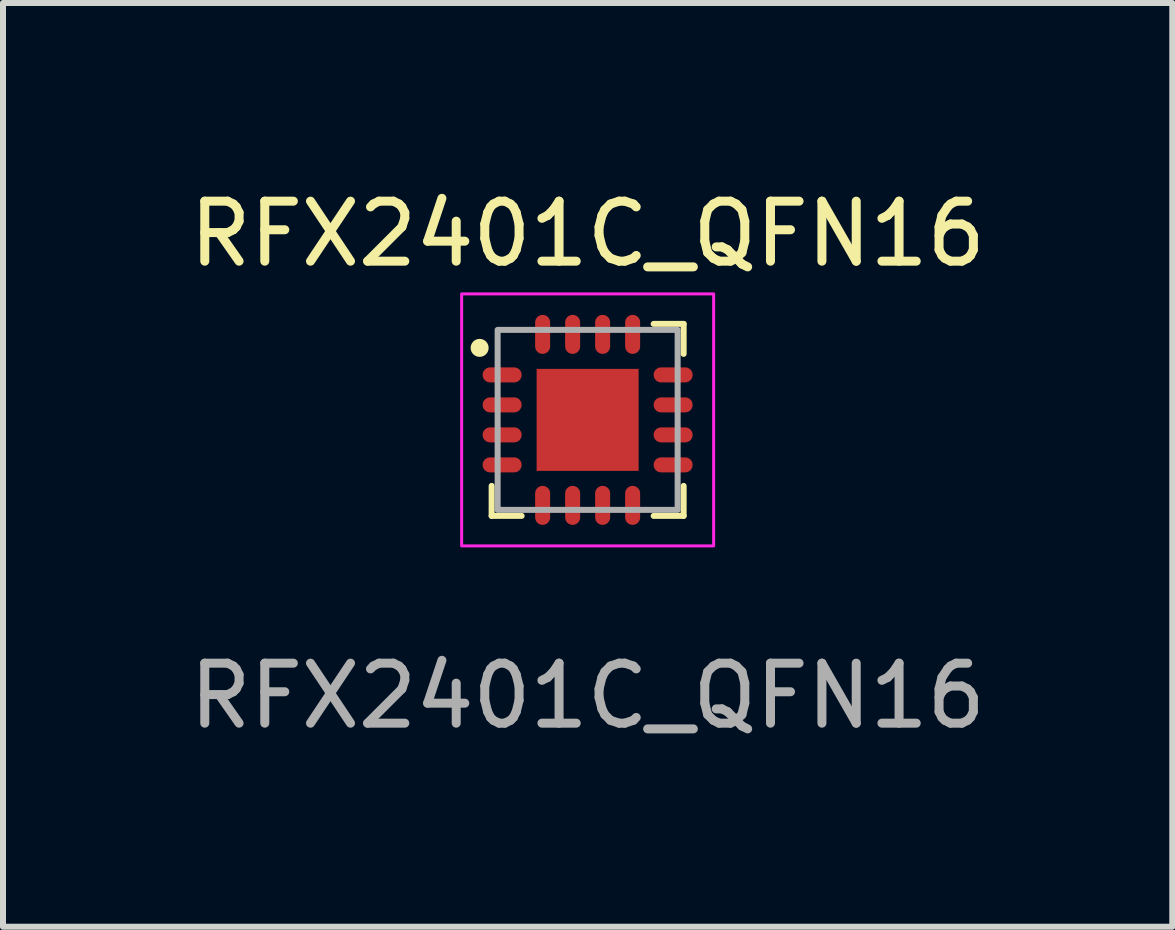
<source format=kicad_pcb>
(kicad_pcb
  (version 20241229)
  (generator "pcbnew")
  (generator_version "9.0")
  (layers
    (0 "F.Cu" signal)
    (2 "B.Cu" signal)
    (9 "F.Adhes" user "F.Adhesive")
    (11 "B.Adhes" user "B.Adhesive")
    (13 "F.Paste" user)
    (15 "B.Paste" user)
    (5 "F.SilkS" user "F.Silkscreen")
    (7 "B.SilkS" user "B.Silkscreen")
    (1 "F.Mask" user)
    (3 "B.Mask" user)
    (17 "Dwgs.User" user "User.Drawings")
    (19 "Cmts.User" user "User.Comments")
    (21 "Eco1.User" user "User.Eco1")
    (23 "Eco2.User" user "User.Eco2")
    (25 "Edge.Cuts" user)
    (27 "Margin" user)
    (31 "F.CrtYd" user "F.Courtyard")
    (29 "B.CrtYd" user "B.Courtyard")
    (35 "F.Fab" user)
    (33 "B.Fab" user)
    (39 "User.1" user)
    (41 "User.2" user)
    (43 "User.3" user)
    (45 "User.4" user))
  (footprint "RFX2401C_QFN16"
    (layer "F.Cu")
    (at 6.744 3.948)
    (property "Reference" "RFX2401C_QFN16" (at 0 -3.1 0) (layer "F.SilkS") (effects (font (size 1 1) (thickness 0.15))))
    (attr smd)
    (fp_line (start -1.6 1.1) (end -1.6 1.6) (stroke (width 0.1) (type default)) (layer "F.SilkS"))
    (fp_line (start -1.6 1.6) (end -1.1 1.6) (stroke (width 0.1) (type default)) (layer "F.SilkS"))
    (fp_line (start 1.1 1.6) (end 1.6 1.6) (stroke (width 0.1) (type default)) (layer "F.SilkS"))
    (fp_line (start 1.6 -1.6) (end 1.1 -1.6) (stroke (width 0.1) (type default)) (layer "F.SilkS"))
    (fp_line (start 1.6 -1.1) (end 1.6 -1.6) (stroke (width 0.1) (type default)) (layer "F.SilkS"))
    (fp_line (start 1.6 1.6) (end 1.6 1.1) (stroke (width 0.1) (type default)) (layer "F.SilkS"))
    (fp_circle (center -1.8 -1.2) (end -1.7 -1.2) (stroke (width 0.1) (type solid)) (fill yes) (layer "F.SilkS"))
    (fp_rect (start -2.1 -2.1) (end 2.1 2.1) (stroke (width 0.05) (type solid)) (fill no) (layer "F.CrtYd"))
    (fp_rect (start -1.5 -1.5) (end 1.5 1.5) (stroke (width 0.1) (type solid)) (fill no) (layer "F.Fab"))
    (fp_text user "${REFERENCE}" (at 0 4.6 0) (layer "F.Fab") (effects (font (size 1 1) (thickness 0.15))))
    (pad "" smd rect (at -0.637 -0.637) (size 0.000001 0.000001) (layers "F.Paste"))
    (pad "" smd rect (at -0.637 -0.212) (size 0.000001 0.000001) (layers "F.Paste"))
    (pad "" smd rect (at -0.637 0.212) (size 0.000001 0.000001) (layers "F.Paste"))
    (pad "" smd rect (at -0.637 0.637) (size 0.000001 0.000001) (layers "F.Paste"))
    (pad "" smd rect (at -0.212 -0.637) (size 0.000001 0.000001) (layers "F.Paste"))
    (pad "" smd rect (at -0.212 -0.212) (size 0.000001 0.000001) (layers "F.Paste"))
    (pad "" smd rect (at -0.212 0.212) (size 0.000001 0.000001) (layers "F.Paste"))
    (pad "" smd rect (at -0.212 0.637) (size 0.000001 0.000001) (layers "F.Paste"))
    (pad "" smd rect (at 0.212 -0.637) (size 0.000001 0.000001) (layers "F.Paste"))
    (pad "" smd rect (at 0.212 -0.212) (size 0.000001 0.000001) (layers "F.Paste"))
    (pad "" smd rect (at 0.212 0.212) (size 0.000001 0.000001) (layers "F.Paste"))
    (pad "" smd rect (at 0.212 0.637) (size 0.000001 0.000001) (layers "F.Paste"))
    (pad "" smd rect (at 0.637 -0.637) (size 0.000001 0.000001) (layers "F.Paste"))
    (pad "" smd rect (at 0.637 -0.212) (size 0.000001 0.000001) (layers "F.Paste"))
    (pad "" smd rect (at 0.637 0.212) (size 0.000001 0.000001) (layers "F.Paste"))
    (pad "" smd rect (at 0.637 0.637) (size 0.000001 0.000001) (layers "F.Paste"))
    (pad "1" smd oval (at -1.425 -0.75 90) (size 0.25 0.65) (layers "F.Cu" "F.Mask" "F.Paste"))
    (pad "2" smd oval (at -1.425 -0.25 90) (size 0.25 0.65) (layers "F.Cu" "F.Mask" "F.Paste"))
    (pad "3" smd oval (at -1.425 0.25 90) (size 0.25 0.65) (layers "F.Cu" "F.Mask" "F.Paste"))
    (pad "4" smd oval (at -1.425 0.75 90) (size 0.25 0.65) (layers "F.Cu" "F.Mask" "F.Paste"))
    (pad "5" smd oval (at -0.75 1.425) (size 0.25 0.65) (layers "F.Cu" "F.Mask" "F.Paste"))
    (pad "6" smd oval (at -0.25 1.425) (size 0.25 0.65) (layers "F.Cu" "F.Mask" "F.Paste"))
    (pad "7" smd oval (at 0.25 1.425) (size 0.25 0.65) (layers "F.Cu" "F.Mask" "F.Paste"))
    (pad "8" smd oval (at 0.75 1.425) (size 0.25 0.65) (layers "F.Cu" "F.Mask" "F.Paste"))
    (pad "9" smd oval (at 1.425 0.75 90) (size 0.25 0.65) (layers "F.Cu" "F.Mask" "F.Paste"))
    (pad "10" smd oval (at 1.425 0.25 90) (size 0.25 0.65) (layers "F.Cu" "F.Mask" "F.Paste"))
    (pad "11" smd oval (at 1.425 -0.25 90) (size 0.25 0.65) (layers "F.Cu" "F.Mask" "F.Paste"))
    (pad "12" smd oval (at 1.425 -0.75 90) (size 0.25 0.65) (layers "F.Cu" "F.Mask" "F.Paste"))
    (pad "13" smd oval (at 0.75 -1.425) (size 0.25 0.65) (layers "F.Cu" "F.Mask" "F.Paste"))
    (pad "14" smd oval (at 0.25 -1.425) (size 0.25 0.65) (layers "F.Cu" "F.Mask" "F.Paste"))
    (pad "15" smd oval (at -0.25 -1.425) (size 0.25 0.65) (layers "F.Cu" "F.Mask" "F.Paste"))
    (pad "16" smd oval (at -0.75 -1.425) (size 0.25 0.65) (layers "F.Cu" "F.Mask" "F.Paste"))
    (pad "17" smd rect (at 0 0) (size 1.7 1.7) (layers "F.Cu" "F.Mask")))
  (gr_rect
    (start -3 -3)
    (end 16.488 12.396)
    (stroke (width 0.1) (type default))
    (fill no)
    (layer "Edge.Cuts")))
</source>
